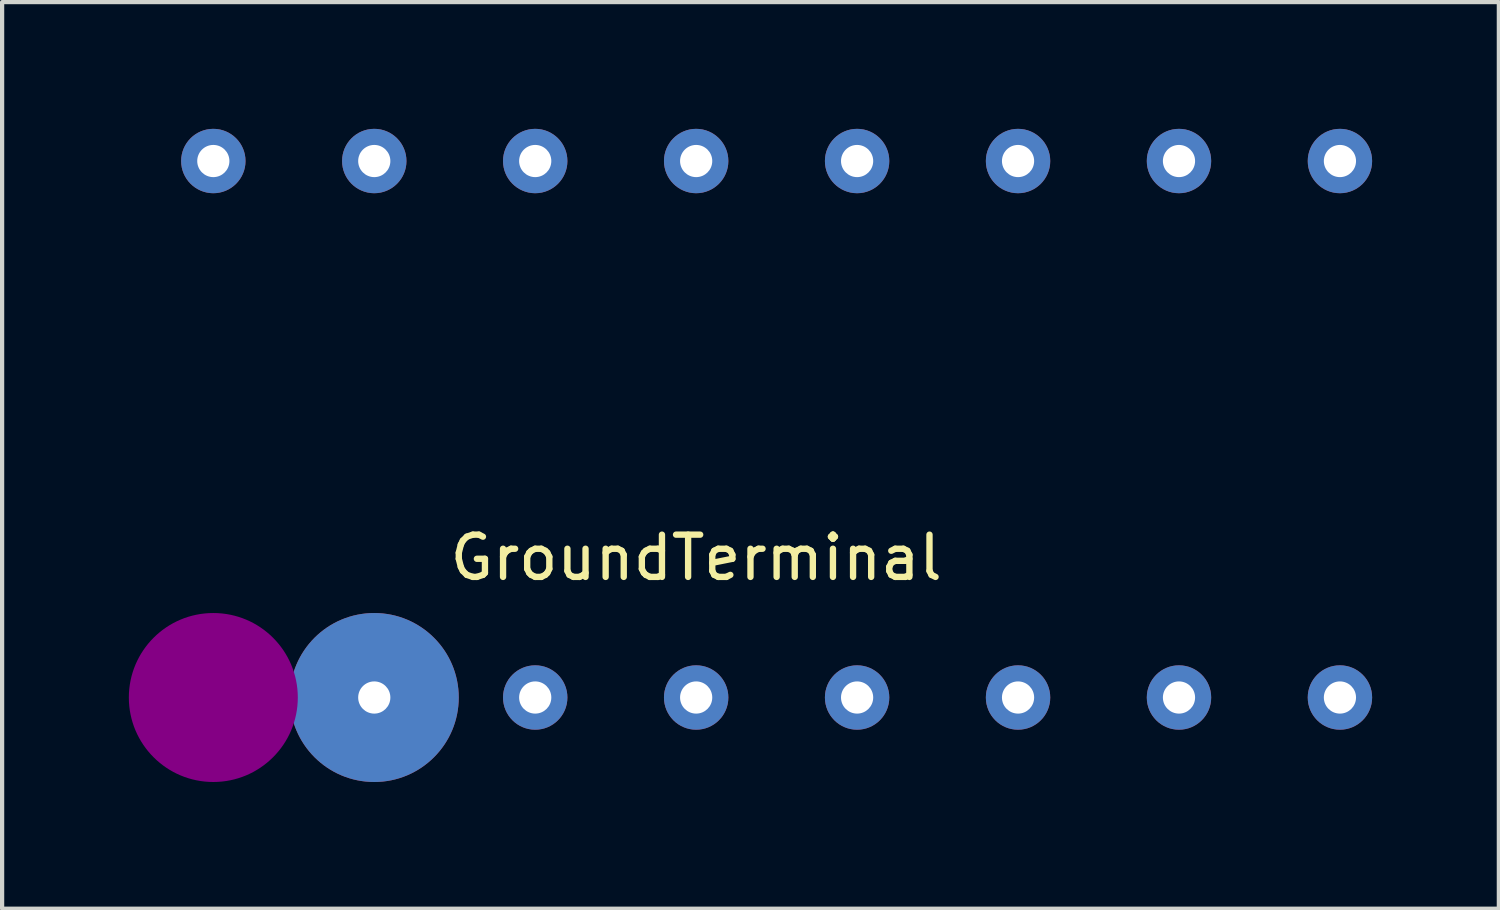
<source format=kicad_pcb>
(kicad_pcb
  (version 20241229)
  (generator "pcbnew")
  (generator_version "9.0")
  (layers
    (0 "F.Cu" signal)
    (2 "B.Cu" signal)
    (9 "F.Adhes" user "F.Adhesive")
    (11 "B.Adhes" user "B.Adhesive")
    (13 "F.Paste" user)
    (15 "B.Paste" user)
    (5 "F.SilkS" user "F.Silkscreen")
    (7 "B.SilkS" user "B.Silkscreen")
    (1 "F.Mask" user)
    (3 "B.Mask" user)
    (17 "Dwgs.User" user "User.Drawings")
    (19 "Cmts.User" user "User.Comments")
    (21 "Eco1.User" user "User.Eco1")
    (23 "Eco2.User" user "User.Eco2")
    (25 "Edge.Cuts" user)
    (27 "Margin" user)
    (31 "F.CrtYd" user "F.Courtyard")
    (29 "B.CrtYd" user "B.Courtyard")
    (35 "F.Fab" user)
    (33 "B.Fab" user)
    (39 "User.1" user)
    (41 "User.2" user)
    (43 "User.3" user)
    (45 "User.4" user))
  (footprint "GroundTerminal"
    (layer "F.Cu")
    (at 13.43 9.652)
    (property "Reference" "GroundTerminal" (at 0 0.5 0) (layer "F.SilkS") (effects (font (size 1 1) (thickness 0.15))))
    (attr through_hole)
    (pad "" connect circle (at -11.43 3.81) (size 4 4) (layers "F.Mask" "F.Adhes"))
    (pad "2" thru_hole circle (at -7.62 3.81) (size 4 4) (drill 0.762) (layers "*.Cu" "*.Mask"))
    (pad "3" thru_hole circle (at -3.81 3.81) (size 1.524 1.524) (drill 0.762) (layers "*.Cu" "*.Mask"))
    (pad "4" thru_hole circle (at 0 3.81) (size 1.524 1.524) (drill 0.762) (layers "*.Cu" "*.Mask"))
    (pad "5" thru_hole circle (at 3.81 3.81) (size 1.524 1.524) (drill 0.762) (layers "*.Cu" "*.Mask"))
    (pad "6" thru_hole circle (at 7.62 3.81) (size 1.524 1.524) (drill 0.762) (layers "*.Cu" "*.Mask"))
    (pad "7" thru_hole circle (at 11.43 3.81) (size 1.524 1.524) (drill 0.762) (layers "*.Cu" "*.Mask"))
    (pad "8" thru_hole circle (at 15.24 3.81) (size 1.524 1.524) (drill 0.762) (layers "*.Cu" "*.Mask"))
    (pad "9" thru_hole circle (at 15.24 -8.89) (size 1.524 1.524) (drill 0.762) (layers "*.Cu" "*.Mask"))
    (pad "10" thru_hole circle (at 11.43 -8.89) (size 1.524 1.524) (drill 0.762) (layers "*.Cu" "*.Mask"))
    (pad "11" thru_hole circle (at 7.62 -8.89) (size 1.524 1.524) (drill 0.762) (layers "*.Cu" "*.Mask"))
    (pad "12" thru_hole circle (at 3.81 -8.89) (size 1.524 1.524) (drill 0.762) (layers "*.Cu" "*.Mask"))
    (pad "13" thru_hole circle (at 0 -8.89) (size 1.524 1.524) (drill 0.762) (layers "*.Cu" "*.Mask"))
    (pad "14" thru_hole circle (at -3.81 -8.89) (size 1.524 1.524) (drill 0.762) (layers "*.Cu" "*.Mask"))
    (pad "15" thru_hole circle (at -7.62 -8.89) (size 1.524 1.524) (drill 0.762) (layers "*.Cu" "*.Mask"))
    (pad "16" thru_hole circle (at -11.43 -8.89) (size 1.524 1.524) (drill 0.762) (layers "*.Cu" "*.Mask")))
  (gr_rect
    (start -3 -3)
    (end 32.432 18.462)
    (stroke (width 0.1) (type default))
    (fill no)
    (layer "Edge.Cuts")))
</source>
